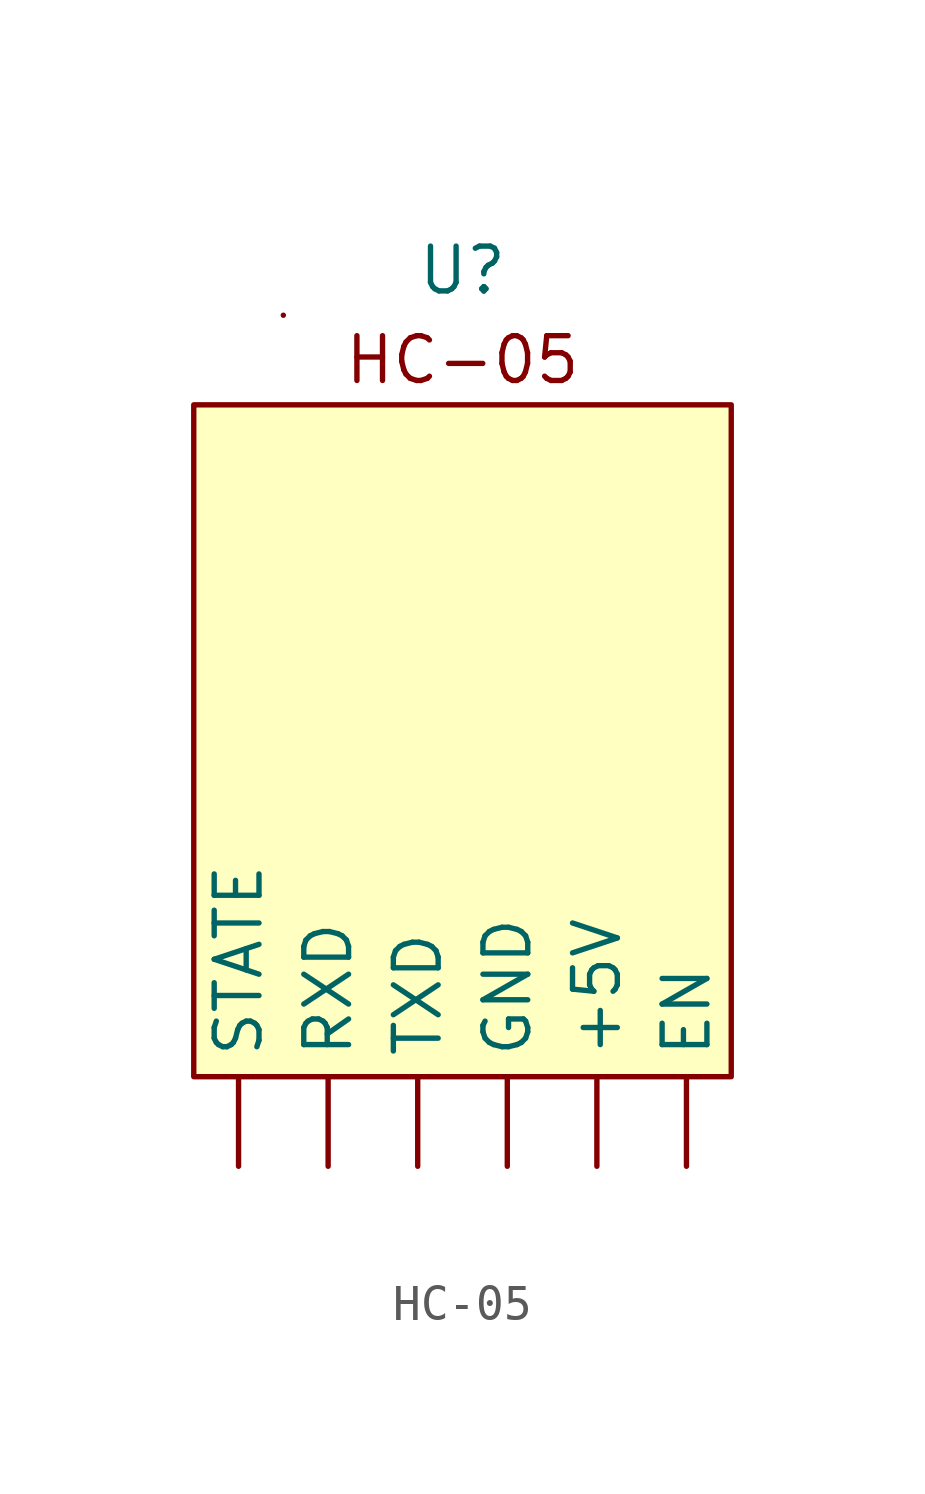
<source format=kicad_sym>
(kicad_symbol_lib
  (version 20220914)
  (generator kicad_symbol_editor)
  (symbol "HC-05"
    (property "Reference" "U"
      (at 0 17.78 0)
      (effects (font (size 1.27 1.27))))
    (property "Value" ""
      (at 1.27 0 0)
      (effects (font (size 1.27 1.27))))
    (symbol "HC-05_0_1"
      (rectangle (start -5.08 16.51) (end -5.08 16.51) (stroke (width 0) (type default)) (fill (type none))))
    (symbol "HC-05_1_1"
      (rectangle (start -7.62 13.97) (end 7.62 -5.08) (stroke (width 0) (type default)) (fill (type background)))
      (text "HC-05" (at 0 15.24 0) (effects (font (size 1.27 1.27))))
      (pin input line (at 3.81 -7.62 90) (length 2.54) (name "+5V" (effects (font (size 1.27 1.27)))) (number "" (effects (font (size 1.27 1.27)))))
      (pin input line (at 6.35 -7.62 90) (length 2.54) (name "EN" (effects (font (size 1.27 1.27)))) (number "" (effects (font (size 1.27 1.27)))))
      (pin input line (at 1.27 -7.62 90) (length 2.54) (name "GND" (effects (font (size 1.27 1.27)))) (number "" (effects (font (size 1.27 1.27)))))
      (pin input line (at -3.81 -7.62 90) (length 2.54) (name "RXD" (effects (font (size 1.27 1.27)))) (number "" (effects (font (size 1.27 1.27)))))
      (pin input line (at -6.35 -7.62 90) (length 2.54) (name "STATE" (effects (font (size 1.27 1.27)))) (number "" (effects (font (size 1.27 1.27)))))
      (pin input line (at -1.27 -7.62 90) (length 2.54) (name "TXD" (effects (font (size 1.27 1.27)))) (number "" (effects (font (size 1.27 1.27))))))))
</source>
